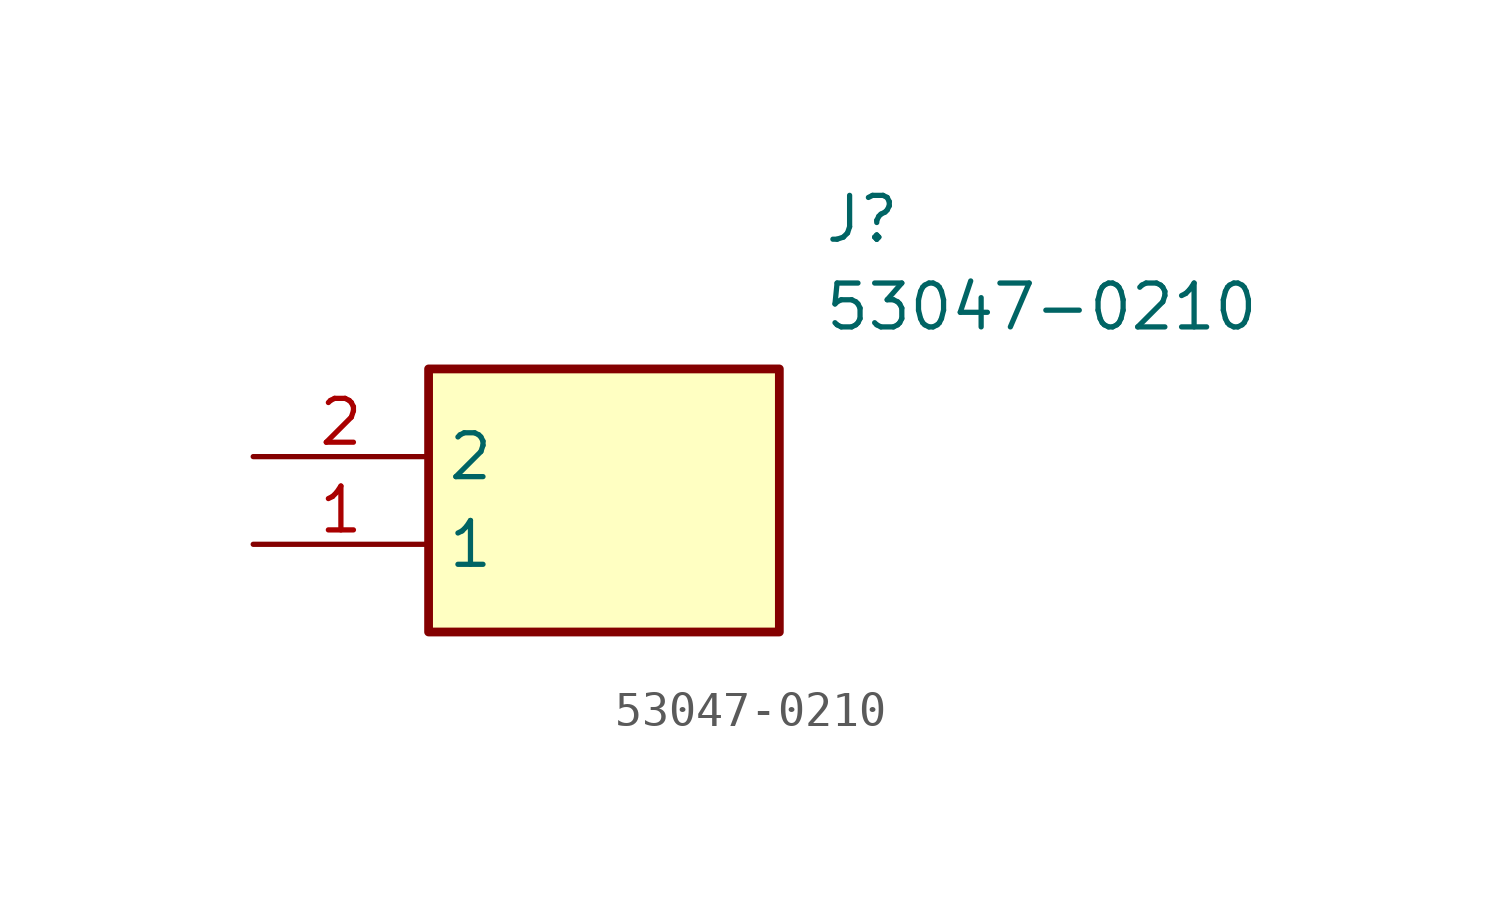
<source format=kicad_sym>
(kicad_symbol_lib
  (version 20211014)
  (generator SamacSys_ECAD_Model)
  (symbol "53047-0210"
    (property "Reference" "J"
      (at 16.51 7.62 0)
      (effects (font (size 1.27 1.27)) (justify left top)))
    (property "Value" "53047-0210"
      (at 16.51 5.08 0)
      (effects (font (size 1.27 1.27)) (justify left top)))
    (rectangle
      (start 5.08 2.54)
      (end 15.24 -5.08)
      (stroke (width 0.254) (type default))
      (fill (type background)))
    (pin passive line
      (at 0 -2.54 0)
      (length 5.08)
      (name "1" (effects (font (size 1.27 1.27))))
      (number "1" (effects (font (size 1.27 1.27)))))
    (pin passive line
      (at 0 0 0)
      (length 5.08)
      (name "2" (effects (font (size 1.27 1.27))))
      (number "2" (effects (font (size 1.27 1.27)))))))
</source>
